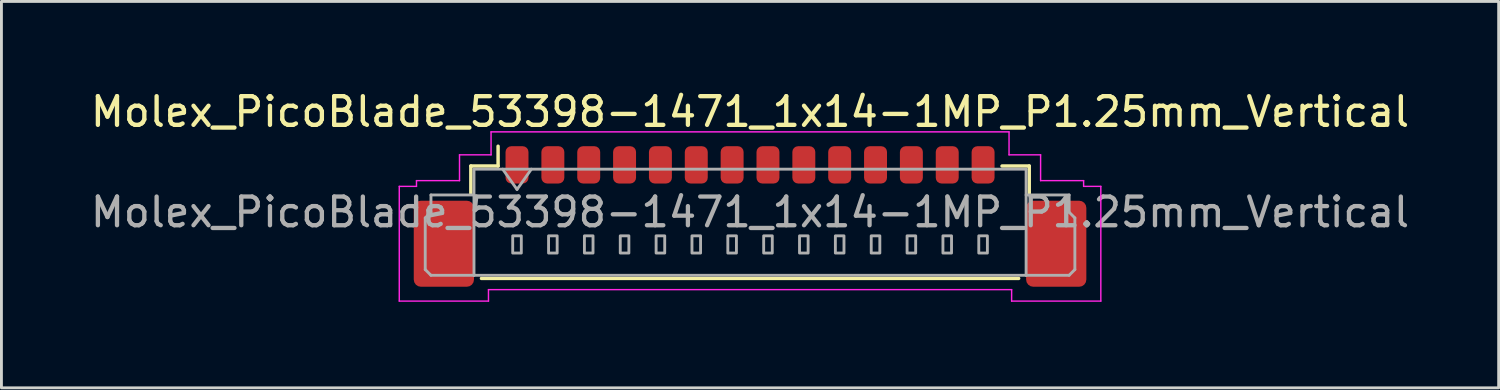
<source format=kicad_pcb>
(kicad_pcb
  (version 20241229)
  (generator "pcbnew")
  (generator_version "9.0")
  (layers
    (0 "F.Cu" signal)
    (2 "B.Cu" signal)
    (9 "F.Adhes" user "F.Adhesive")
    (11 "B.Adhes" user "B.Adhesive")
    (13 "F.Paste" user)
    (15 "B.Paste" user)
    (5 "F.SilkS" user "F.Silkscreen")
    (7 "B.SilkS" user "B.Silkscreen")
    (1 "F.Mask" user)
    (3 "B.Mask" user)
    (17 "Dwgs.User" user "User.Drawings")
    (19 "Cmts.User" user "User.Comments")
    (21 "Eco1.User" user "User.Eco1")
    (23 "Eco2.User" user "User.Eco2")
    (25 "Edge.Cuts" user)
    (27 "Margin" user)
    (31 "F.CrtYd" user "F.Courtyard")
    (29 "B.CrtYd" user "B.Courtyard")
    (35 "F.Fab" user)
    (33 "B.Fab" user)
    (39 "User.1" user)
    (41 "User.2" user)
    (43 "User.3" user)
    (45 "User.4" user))
  (footprint "Molex_PicoBlade_53398-1471_1x14-1MP_P1.25mm_Vertical"
    (layer "F.Cu")
    (at 23.101 3.948)
    (property "Reference" "Molex_PicoBlade_53398-1471_1x14-1MP_P1.25mm_Vertical" (at 0 -3.1 0) (layer "F.SilkS") (effects (font (size 1 1) (thickness 0.15))))
    (attr smd)
    (fp_line (start -9.735 -1.21) (end -8.785 -1.21) (stroke (width 0.12) (type solid)) (layer "F.SilkS"))
    (fp_line (start -9.735 -0.26) (end -9.735 -1.21) (stroke (width 0.12) (type solid)) (layer "F.SilkS"))
    (fp_line (start -9.365 2.71) (end 9.365 2.71) (stroke (width 0.12) (type solid)) (layer "F.SilkS"))
    (fp_line (start -8.785 -1.21) (end -8.785 -1.9) (stroke (width 0.12) (type solid)) (layer "F.SilkS"))
    (fp_line (start 9.735 -1.21) (end 8.785 -1.21) (stroke (width 0.12) (type solid)) (layer "F.SilkS"))
    (fp_line (start 9.735 -0.26) (end 9.735 -1.21) (stroke (width 0.12) (type solid)) (layer "F.SilkS"))
    (fp_line (start -12.23 -0.5) (end -11.63 -0.5) (stroke (width 0.05) (type solid)) (layer "F.CrtYd"))
    (fp_line (start -12.23 3.5) (end -12.23 -0.5) (stroke (width 0.05) (type solid)) (layer "F.CrtYd"))
    (fp_line (start -11.63 -0.7) (end -10.13 -0.7) (stroke (width 0.05) (type solid)) (layer "F.CrtYd"))
    (fp_line (start -11.63 -0.5) (end -11.63 -0.7) (stroke (width 0.05) (type solid)) (layer "F.CrtYd"))
    (fp_line (start -10.13 -1.6) (end -9.03 -1.6) (stroke (width 0.05) (type solid)) (layer "F.CrtYd"))
    (fp_line (start -10.13 -0.7) (end -10.13 -1.6) (stroke (width 0.05) (type solid)) (layer "F.CrtYd"))
    (fp_line (start -9.12 3.1) (end -9.12 3.5) (stroke (width 0.05) (type solid)) (layer "F.CrtYd"))
    (fp_line (start -9.12 3.5) (end -12.23 3.5) (stroke (width 0.05) (type solid)) (layer "F.CrtYd"))
    (fp_line (start -9.03 -2.4) (end 9.03 -2.4) (stroke (width 0.05) (type solid)) (layer "F.CrtYd"))
    (fp_line (start -9.03 -1.6) (end -9.03 -2.4) (stroke (width 0.05) (type solid)) (layer "F.CrtYd"))
    (fp_line (start 9.03 -2.4) (end 9.03 -1.6) (stroke (width 0.05) (type solid)) (layer "F.CrtYd"))
    (fp_line (start 9.03 -1.6) (end 10.13 -1.6) (stroke (width 0.05) (type solid)) (layer "F.CrtYd"))
    (fp_line (start 9.12 3.1) (end -9.12 3.1) (stroke (width 0.05) (type solid)) (layer "F.CrtYd"))
    (fp_line (start 9.12 3.5) (end 9.12 3.1) (stroke (width 0.05) (type solid)) (layer "F.CrtYd"))
    (fp_line (start 10.13 -1.6) (end 10.13 -0.7) (stroke (width 0.05) (type solid)) (layer "F.CrtYd"))
    (fp_line (start 10.13 -0.7) (end 11.63 -0.7) (stroke (width 0.05) (type solid)) (layer "F.CrtYd"))
    (fp_line (start 11.63 -0.7) (end 11.63 -0.5) (stroke (width 0.05) (type solid)) (layer "F.CrtYd"))
    (fp_line (start 11.63 -0.5) (end 12.23 -0.5) (stroke (width 0.05) (type solid)) (layer "F.CrtYd"))
    (fp_line (start 12.23 -0.5) (end 12.23 3.5) (stroke (width 0.05) (type solid)) (layer "F.CrtYd"))
    (fp_line (start 12.23 3.5) (end 9.12 3.5) (stroke (width 0.05) (type solid)) (layer "F.CrtYd"))
    (fp_line (start -11.325 0.6) (end -11.125 0.4) (stroke (width 0.1) (type solid)) (layer "F.Fab"))
    (fp_line (start -11.325 2.4) (end -11.325 0.6) (stroke (width 0.1) (type solid)) (layer "F.Fab"))
    (fp_line (start -11.125 -0.2) (end -9.625 -0.2) (stroke (width 0.1) (type solid)) (layer "F.Fab"))
    (fp_line (start -11.125 0.4) (end -11.125 -0.2) (stroke (width 0.1) (type solid)) (layer "F.Fab"))
    (fp_line (start -11.125 2.6) (end -11.325 2.4) (stroke (width 0.1) (type solid)) (layer "F.Fab"))
    (fp_line (start -9.625 -1.1) (end -9.625 2.6) (stroke (width 0.1) (type solid)) (layer "F.Fab"))
    (fp_line (start -9.625 -1.1) (end 9.625 -1.1) (stroke (width 0.1) (type solid)) (layer "F.Fab"))
    (fp_line (start -9.625 2.6) (end -11.125 2.6) (stroke (width 0.1) (type solid)) (layer "F.Fab"))
    (fp_line (start -9.625 2.6) (end 9.625 2.6) (stroke (width 0.1) (type solid)) (layer "F.Fab"))
    (fp_line (start -8.625 -1.1) (end -8.125 -0.393) (stroke (width 0.1) (type solid)) (layer "F.Fab"))
    (fp_line (start -8.125 -0.393) (end -7.625 -1.1) (stroke (width 0.1) (type solid)) (layer "F.Fab"))
    (fp_line (start 9.625 -1.1) (end 9.625 2.6) (stroke (width 0.1) (type solid)) (layer "F.Fab"))
    (fp_line (start 9.625 2.6) (end 11.125 2.6) (stroke (width 0.1) (type solid)) (layer "F.Fab"))
    (fp_line (start 11.125 -0.2) (end 9.625 -0.2) (stroke (width 0.1) (type solid)) (layer "F.Fab"))
    (fp_line (start 11.125 0.4) (end 11.125 -0.2) (stroke (width 0.1) (type solid)) (layer "F.Fab"))
    (fp_line (start 11.125 2.6) (end 11.325 2.4) (stroke (width 0.1) (type solid)) (layer "F.Fab"))
    (fp_line (start 11.325 0.6) (end 11.125 0.4) (stroke (width 0.1) (type solid)) (layer "F.Fab"))
    (fp_line (start 11.325 2.4) (end 11.325 0.6) (stroke (width 0.1) (type solid)) (layer "F.Fab"))
    (fp_rect (start -8.275 1.225) (end -7.975 1.825) (stroke (width 0.1) (type solid)) (fill no) (layer "F.Fab"))
    (fp_rect (start -7.025 1.225) (end -6.725 1.825) (stroke (width 0.1) (type solid)) (fill no) (layer "F.Fab"))
    (fp_rect (start -5.775 1.225) (end -5.475 1.825) (stroke (width 0.1) (type solid)) (fill no) (layer "F.Fab"))
    (fp_rect (start -4.525 1.225) (end -4.225 1.825) (stroke (width 0.1) (type solid)) (fill no) (layer "F.Fab"))
    (fp_rect (start -3.275 1.225) (end -2.975 1.825) (stroke (width 0.1) (type solid)) (fill no) (layer "F.Fab"))
    (fp_rect (start -2.025 1.225) (end -1.725 1.825) (stroke (width 0.1) (type solid)) (fill no) (layer "F.Fab"))
    (fp_rect (start -0.775 1.225) (end -0.475 1.825) (stroke (width 0.1) (type solid)) (fill no) (layer "F.Fab"))
    (fp_rect (start 0.475 1.225) (end 0.775 1.825) (stroke (width 0.1) (type solid)) (fill no) (layer "F.Fab"))
    (fp_rect (start 1.725 1.225) (end 2.025 1.825) (stroke (width 0.1) (type solid)) (fill no) (layer "F.Fab"))
    (fp_rect (start 2.975 1.225) (end 3.275 1.825) (stroke (width 0.1) (type solid)) (fill no) (layer "F.Fab"))
    (fp_rect (start 4.225 1.225) (end 4.525 1.825) (stroke (width 0.1) (type solid)) (fill no) (layer "F.Fab"))
    (fp_rect (start 5.475 1.225) (end 5.775 1.825) (stroke (width 0.1) (type solid)) (fill no) (layer "F.Fab"))
    (fp_rect (start 6.725 1.225) (end 7.025 1.825) (stroke (width 0.1) (type solid)) (fill no) (layer "F.Fab"))
    (fp_rect (start 7.975 1.225) (end 8.275 1.825) (stroke (width 0.1) (type solid)) (fill no) (layer "F.Fab"))
    (fp_text user "${REFERENCE}" (at 0 0.4 0) (layer "F.Fab") (effects (font (size 1 1) (thickness 0.15))))
    (pad "1" smd roundrect (at -8.125 -1.25) (size 0.8 1.3) (layers "F.Cu" "F.Mask" "F.Paste") (roundrect_rratio 0.25))
    (pad "2" smd roundrect (at -6.875 -1.25) (size 0.8 1.3) (layers "F.Cu" "F.Mask" "F.Paste") (roundrect_rratio 0.25))
    (pad "3" smd roundrect (at -5.625 -1.25) (size 0.8 1.3) (layers "F.Cu" "F.Mask" "F.Paste") (roundrect_rratio 0.25))
    (pad "4" smd roundrect (at -4.375 -1.25) (size 0.8 1.3) (layers "F.Cu" "F.Mask" "F.Paste") (roundrect_rratio 0.25))
    (pad "5" smd roundrect (at -3.125 -1.25) (size 0.8 1.3) (layers "F.Cu" "F.Mask" "F.Paste") (roundrect_rratio 0.25))
    (pad "6" smd roundrect (at -1.875 -1.25) (size 0.8 1.3) (layers "F.Cu" "F.Mask" "F.Paste") (roundrect_rratio 0.25))
    (pad "7" smd roundrect (at -0.625 -1.25) (size 0.8 1.3) (layers "F.Cu" "F.Mask" "F.Paste") (roundrect_rratio 0.25))
    (pad "8" smd roundrect (at 0.625 -1.25) (size 0.8 1.3) (layers "F.Cu" "F.Mask" "F.Paste") (roundrect_rratio 0.25))
    (pad "9" smd roundrect (at 1.875 -1.25) (size 0.8 1.3) (layers "F.Cu" "F.Mask" "F.Paste") (roundrect_rratio 0.25))
    (pad "10" smd roundrect (at 3.125 -1.25) (size 0.8 1.3) (layers "F.Cu" "F.Mask" "F.Paste") (roundrect_rratio 0.25))
    (pad "11" smd roundrect (at 4.375 -1.25) (size 0.8 1.3) (layers "F.Cu" "F.Mask" "F.Paste") (roundrect_rratio 0.25))
    (pad "12" smd roundrect (at 5.625 -1.25) (size 0.8 1.3) (layers "F.Cu" "F.Mask" "F.Paste") (roundrect_rratio 0.25))
    (pad "13" smd roundrect (at 6.875 -1.25) (size 0.8 1.3) (layers "F.Cu" "F.Mask" "F.Paste") (roundrect_rratio 0.25))
    (pad "14" smd roundrect (at 8.125 -1.25) (size 0.8 1.3) (layers "F.Cu" "F.Mask" "F.Paste") (roundrect_rratio 0.25))
    (pad "MP" smd roundrect (at -10.675 1.5) (size 2.1 3) (layers "F.Cu" "F.Mask" "F.Paste") (roundrect_rratio 0.119))
    (pad "MP" smd roundrect (at 10.675 1.5) (size 2.1 3) (layers "F.Cu" "F.Mask" "F.Paste") (roundrect_rratio 0.119)))
  (gr_rect
    (start -3 -3)
    (end 49.202 10.473)
    (stroke (width 0.1) (type default))
    (fill no)
    (layer "Edge.Cuts")))
</source>
